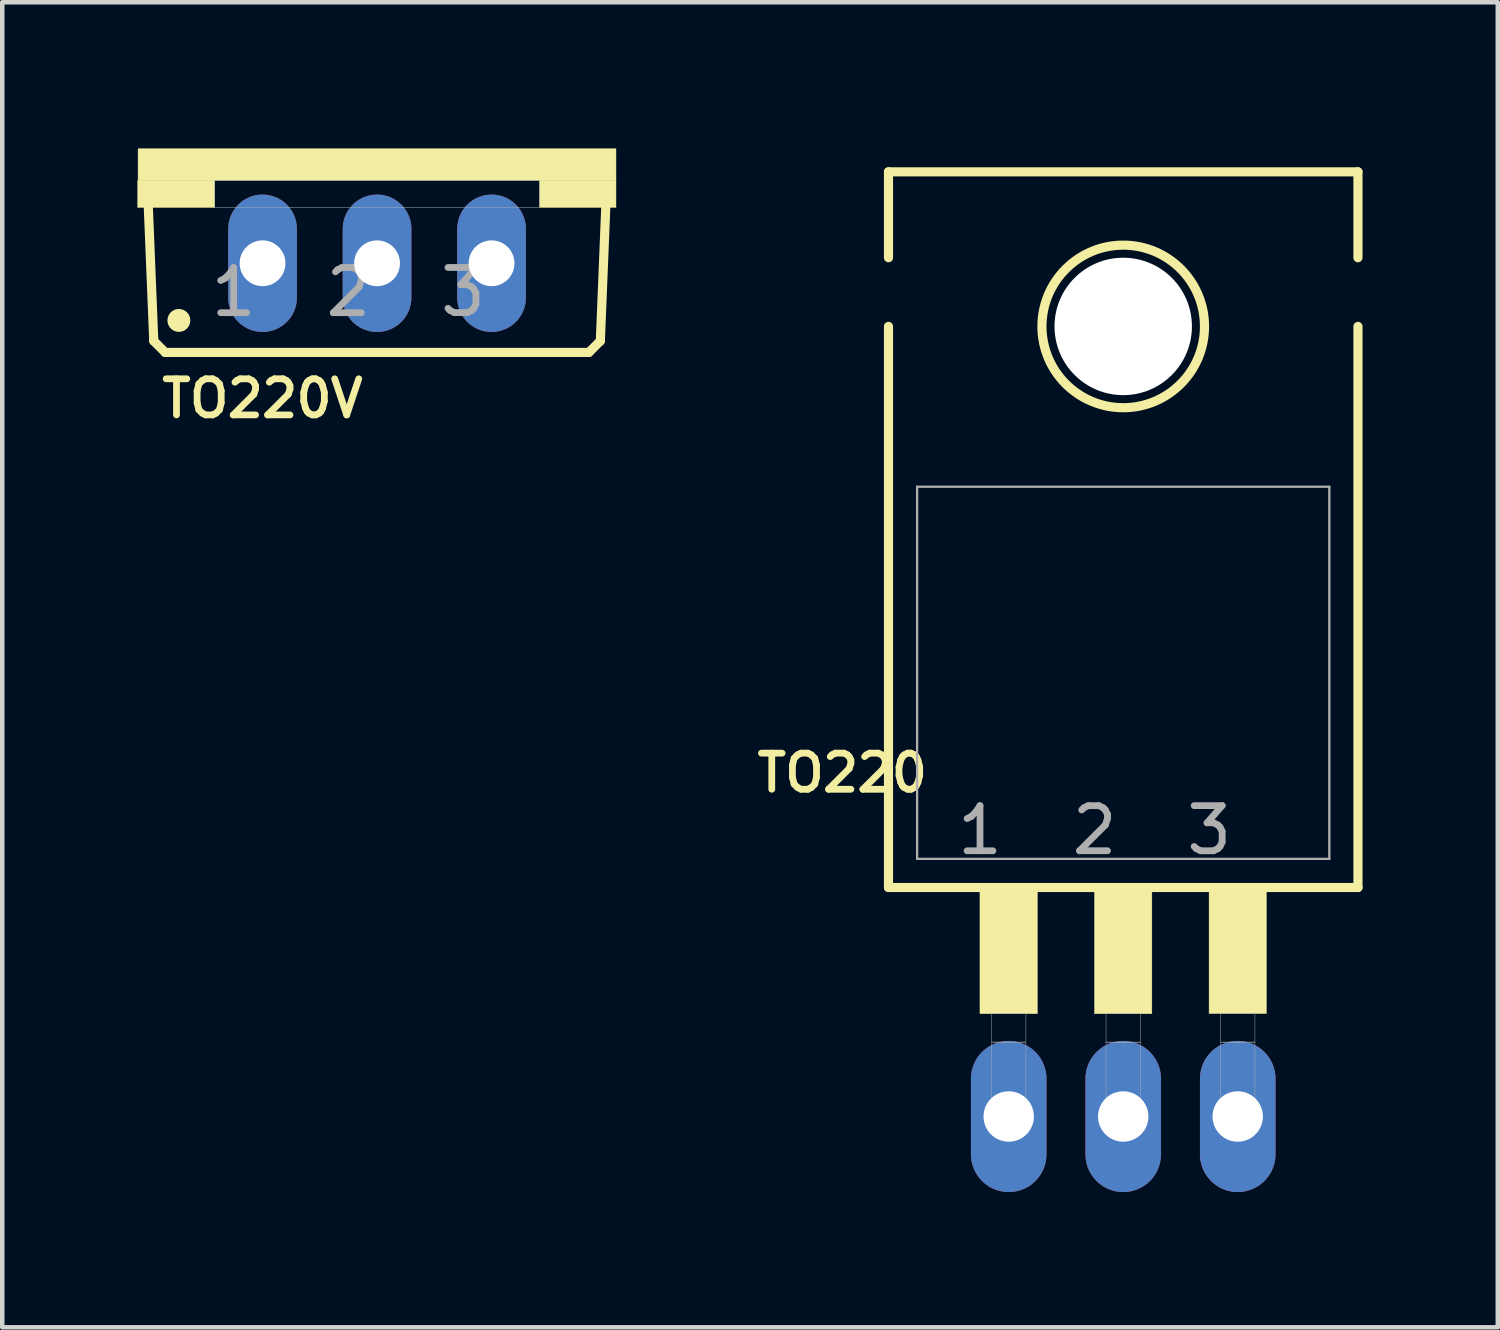
<source format=kicad_pcb>
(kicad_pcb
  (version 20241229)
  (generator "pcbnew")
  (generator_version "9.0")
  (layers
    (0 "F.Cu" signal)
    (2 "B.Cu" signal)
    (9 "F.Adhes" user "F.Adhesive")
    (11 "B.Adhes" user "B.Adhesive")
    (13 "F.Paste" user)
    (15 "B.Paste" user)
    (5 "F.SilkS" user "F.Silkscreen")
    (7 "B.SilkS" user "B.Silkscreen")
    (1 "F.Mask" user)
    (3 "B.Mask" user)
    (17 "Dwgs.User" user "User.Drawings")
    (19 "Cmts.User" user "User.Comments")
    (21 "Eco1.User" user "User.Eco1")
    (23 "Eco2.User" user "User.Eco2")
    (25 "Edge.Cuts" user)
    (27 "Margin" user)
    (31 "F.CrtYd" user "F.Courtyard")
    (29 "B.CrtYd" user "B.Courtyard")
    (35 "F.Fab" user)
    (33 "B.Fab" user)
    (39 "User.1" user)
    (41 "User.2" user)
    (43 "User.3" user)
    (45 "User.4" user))
  (footprint "TO220V"
    (layer "F.Cu")
    (at 5.314 0.25)
    (property "Reference" "TO220V" (at -2.542 5.541 0) (layer "F.SilkS") (effects (font (size 0.801 0.801) (thickness 0.15))))
    (attr through_hole)
    (fp_line (start -4.953 4.264) (end -5.08 1.143) (stroke (width 0.203) (type solid)) (layer "F.SilkS"))
    (fp_line (start -4.953 4.264) (end -4.699 4.518) (stroke (width 0.203) (type solid)) (layer "F.SilkS"))
    (fp_line (start 4.699 4.518) (end -4.699 4.518) (stroke (width 0.203) (type solid)) (layer "F.SilkS"))
    (fp_line (start 4.699 4.518) (end 4.953 4.264) (stroke (width 0.203) (type solid)) (layer "F.SilkS"))
    (fp_line (start 5.08 1.143) (end 4.953 4.264) (stroke (width 0.203) (type solid)) (layer "F.SilkS"))
    (fp_circle (center -4.396 3.808) (end -4.142 3.808) (stroke (width 0) (type solid)) (fill yes) (layer "F.SilkS"))
    (fp_poly (pts (xy -5.309 0.7) (xy -3.6 0.7) (xy -3.6 1.302) (xy -5.309 1.302)) (stroke (width 0.01) (type solid)) (fill yes) (layer "F.SilkS"))
    (fp_poly (pts (xy -5.301 0) (xy 5.3 0) (xy 5.3 0.7) (xy -5.301 0.7)) (stroke (width 0.01) (type solid)) (fill yes) (layer "F.SilkS"))
    (fp_poly (pts (xy 3.606 0.7) (xy 5.3 0.7) (xy 5.3 1.302) (xy 3.606 1.302)) (stroke (width 0.01) (type solid)) (fill yes) (layer "F.SilkS"))
    (fp_poly (pts (xy -3.602 0.7) (xy 3.6 0.7) (xy 3.6 1.301) (xy -3.602 1.301)) (stroke (width 0.01) (type solid)) (fill no) (layer "F.Fab"))
    (fp_text user "2" (at -0.636 3.181 0) (layer "F.Fab") (effects (font (size 1.002 1.002) (thickness 0.15))))
    (fp_text user "1" (at -3.181 3.181 0) (layer "F.Fab") (effects (font (size 1.002 1.002) (thickness 0.15))))
    (fp_text user "3" (at 1.907 3.179 0) (layer "F.Fab") (effects (font (size 1.001 1.001) (thickness 0.15))))
    (pad "1" thru_hole oval (at -2.54 2.54) (size 1.524 3.048) (drill 1.016) (layers "*.Cu" "*.Mask"))
    (pad "2" thru_hole oval (at 0 2.54) (size 1.524 3.048) (drill 1.016) (layers "*.Cu" "*.Mask"))
    (pad "3" thru_hole oval (at 2.54 2.54) (size 1.524 3.048) (drill 1.016) (layers "*.Cu" "*.Mask")))
  (footprint "TO220"
    (layer "F.Cu")
    (at 21.866 15.367)
    (property "Reference" "TO220" (at -6.232 -1.272 180) (layer "F.SilkS") (effects (font (size 0.801 0.801) (thickness 0.15))))
    (attr through_hole)
    (fp_line (start -5.207 -12.7) (end -5.207 -14.605) (stroke (width 0.203) (type solid)) (layer "F.SilkS"))
    (fp_line (start -5.207 1.27) (end -5.207 -11.176) (stroke (width 0.203) (type solid)) (layer "F.SilkS"))
    (fp_line (start -5.207 1.27) (end 5.207 1.27) (stroke (width 0.203) (type solid)) (layer "F.SilkS"))
    (fp_line (start 5.207 -14.605) (end -5.207 -14.605) (stroke (width 0.203) (type solid)) (layer "F.SilkS"))
    (fp_line (start 5.207 -12.7) (end 5.207 -14.605) (stroke (width 0.203) (type solid)) (layer "F.SilkS"))
    (fp_line (start 5.207 1.27) (end 5.207 -11.176) (stroke (width 0.203) (type solid)) (layer "F.SilkS"))
    (fp_circle (center 0 -11.176) (end 1.803 -11.176) (stroke (width 0.203) (type solid)) (fill no) (layer "F.SilkS"))
    (fp_poly (pts (xy -3.178 1.27) (xy -1.905 1.27) (xy -1.905 4.068) (xy -3.178 4.068)) (stroke (width 0.01) (type solid)) (fill yes) (layer "F.SilkS"))
    (fp_poly (pts (xy -0.636 1.27) (xy 0.635 1.27) (xy 0.635 4.069) (xy -0.636 4.069)) (stroke (width 0.01) (type solid)) (fill yes) (layer "F.SilkS"))
    (fp_poly (pts (xy 1.905 1.27) (xy 3.175 1.27) (xy 3.175 4.065) (xy 1.905 4.065)) (stroke (width 0.01) (type solid)) (fill yes) (layer "F.SilkS"))
    (fp_line (start -4.572 0.635) (end -4.572 -7.62) (stroke (width 0.051) (type solid)) (layer "F.Fab"))
    (fp_line (start -4.572 0.635) (end 4.572 0.635) (stroke (width 0.051) (type solid)) (layer "F.Fab"))
    (fp_line (start 4.572 -7.62) (end -4.572 -7.62) (stroke (width 0.051) (type solid)) (layer "F.Fab"))
    (fp_line (start 4.572 -7.62) (end 4.572 0.635) (stroke (width 0.051) (type solid)) (layer "F.Fab"))
    (fp_poly (pts (xy -2.923 4.699) (xy -2.159 4.699) (xy -2.159 6.609) (xy -2.923 6.609)) (stroke (width 0.01) (type solid)) (fill no) (layer "F.Fab"))
    (fp_poly (pts (xy -2.922 4.064) (xy -2.159 4.064) (xy -2.159 4.701) (xy -2.922 4.701)) (stroke (width 0.01) (type solid)) (fill no) (layer "F.Fab"))
    (fp_poly (pts (xy -0.381 4.699) (xy 0.381 4.699) (xy 0.381 6.612) (xy -0.381 6.612)) (stroke (width 0.01) (type solid)) (fill no) (layer "F.Fab"))
    (fp_poly (pts (xy -0.381 4.064) (xy 0.381 4.064) (xy 0.381 4.703) (xy -0.381 4.703)) (stroke (width 0.01) (type solid)) (fill no) (layer "F.Fab"))
    (fp_poly (pts (xy 2.16 4.064) (xy 2.921 4.064) (xy 2.921 4.701) (xy 2.16 4.701)) (stroke (width 0.01) (type solid)) (fill no) (layer "F.Fab"))
    (fp_poly (pts (xy 2.163 4.699) (xy 2.921 4.699) (xy 2.921 6.615) (xy 2.163 6.615)) (stroke (width 0.01) (type solid)) (fill no) (layer "F.Fab"))
    (fp_text user "2" (at -0.635 0 0) (layer "F.Fab") (effects (font (size 1 1) (thickness 0.15))))
    (fp_text user "1" (at -3.177 0 0) (layer "F.Fab") (effects (font (size 1.001 1.001) (thickness 0.15))))
    (fp_text user "3" (at 1.908 0 0) (layer "F.Fab") (effects (font (size 1.002 1.002) (thickness 0.15))))
    (pad "" np_thru_hole circle (at 0 -11.176) (size 3.048 3.048) (drill 3.048) (layers "*.Cu" "*.Mask"))
    (pad "1" thru_hole oval (at -2.54 6.35) (size 1.676 3.353) (drill 1.118) (layers "*.Cu" "*.Mask"))
    (pad "2" thru_hole oval (at 0 6.35) (size 1.676 3.353) (drill 1.118) (layers "*.Cu" "*.Mask"))
    (pad "3" thru_hole oval (at 2.54 6.35) (size 1.676 3.353) (drill 1.118) (layers "*.Cu" "*.Mask"))
    (zone (net_name "") (layers "F.Cu" "B.Cu") (hatch full 0.508) (connect_pads) (min_thickness 0) (filled_areas_thickness no) (keepout (tracks allowed) (vias not_allowed) (pads allowed) (copperpour allowed) (footprints allowed)) (placement (enabled no)) (fill) (polygon (pts (xy 26.057 4.191) (xy 26.037 4.602) (xy 25.977 5.009) (xy 25.877 5.408) (xy 25.738 5.795) (xy 25.562 6.167) (xy 25.351 6.519) (xy 25.106 6.85) (xy 24.83 7.154) (xy 24.525 7.431) (xy 24.195 7.676) (xy 23.842 7.887) (xy 23.47 8.063) (xy 23.083 8.202) (xy 22.684 8.301) (xy 22.277 8.362) (xy 21.866 8.382) (xy 21.455 8.362) (xy 21.049 8.301) (xy 20.65 8.202) (xy 20.262 8.063) (xy 19.891 7.887) (xy 19.538 7.676) (xy 19.207 7.431) (xy 18.903 7.154) (xy 18.626 6.85) (xy 18.381 6.519) (xy 18.17 6.167) (xy 17.994 5.795) (xy 17.856 5.408) (xy 17.756 5.009) (xy 17.695 4.602) (xy 17.675 4.191) (xy 17.695 3.78) (xy 17.756 3.373) (xy 17.856 2.974) (xy 17.994 2.587) (xy 18.17 2.215) (xy 18.381 1.863) (xy 18.626 1.532) (xy 18.903 1.228) (xy 19.207 0.951) (xy 19.538 0.706) (xy 19.891 0.495) (xy 20.262 0.319) (xy 20.65 0.18) (xy 21.049 0.081) (xy 21.455 0.02) (xy 21.866 0) (xy 22.277 0.02) (xy 22.684 0.081) (xy 23.083 0.18) (xy 23.47 0.319) (xy 23.842 0.495) (xy 24.195 0.706) (xy 24.525 0.951) (xy 24.83 1.228) (xy 25.106 1.532) (xy 25.351 1.863) (xy 25.562 2.215) (xy 25.738 2.587) (xy 25.877 2.974) (xy 25.977 3.373) (xy 26.037 3.78))))
    (zone (net_name "") (layer "B.Cu") (hatch full 0.508) (connect_pads) (min_thickness 0) (filled_areas_thickness no) (keepout (tracks not_allowed) (vias not_allowed) (pads not_allowed) (copperpour not_allowed) (footprints allowed)) (placement (enabled no)) (fill) (polygon (pts (xy 26.057 4.191) (xy 26.037 4.602) (xy 25.977 5.009) (xy 25.877 5.408) (xy 25.738 5.795) (xy 25.562 6.167) (xy 25.351 6.519) (xy 25.106 6.85) (xy 24.83 7.154) (xy 24.525 7.431) (xy 24.195 7.676) (xy 23.842 7.887) (xy 23.47 8.063) (xy 23.083 8.202) (xy 22.684 8.301) (xy 22.277 8.362) (xy 21.866 8.382) (xy 21.455 8.362) (xy 21.049 8.301) (xy 20.65 8.202) (xy 20.262 8.063) (xy 19.891 7.887) (xy 19.538 7.676) (xy 19.207 7.431) (xy 18.903 7.154) (xy 18.626 6.85) (xy 18.381 6.519) (xy 18.17 6.167) (xy 17.994 5.795) (xy 17.856 5.408) (xy 17.756 5.009) (xy 17.695 4.602) (xy 17.675 4.191) (xy 17.695 3.78) (xy 17.756 3.373) (xy 17.856 2.974) (xy 17.994 2.587) (xy 18.17 2.215) (xy 18.381 1.863) (xy 18.626 1.532) (xy 18.903 1.228) (xy 19.207 0.951) (xy 19.538 0.706) (xy 19.891 0.495) (xy 20.262 0.319) (xy 20.65 0.18) (xy 21.049 0.081) (xy 21.455 0.02) (xy 21.866 0) (xy 22.277 0.02) (xy 22.684 0.081) (xy 23.083 0.18) (xy 23.47 0.319) (xy 23.842 0.495) (xy 24.195 0.706) (xy 24.525 0.951) (xy 24.83 1.228) (xy 25.106 1.532) (xy 25.351 1.863) (xy 25.562 2.215) (xy 25.738 2.587) (xy 25.877 2.974) (xy 25.977 3.373) (xy 26.037 3.78)))))
  (gr_rect
    (start -3 -3)
    (end 30.175 26.393)
    (stroke (width 0.1) (type default))
    (fill no)
    (layer "Edge.Cuts")))
</source>
